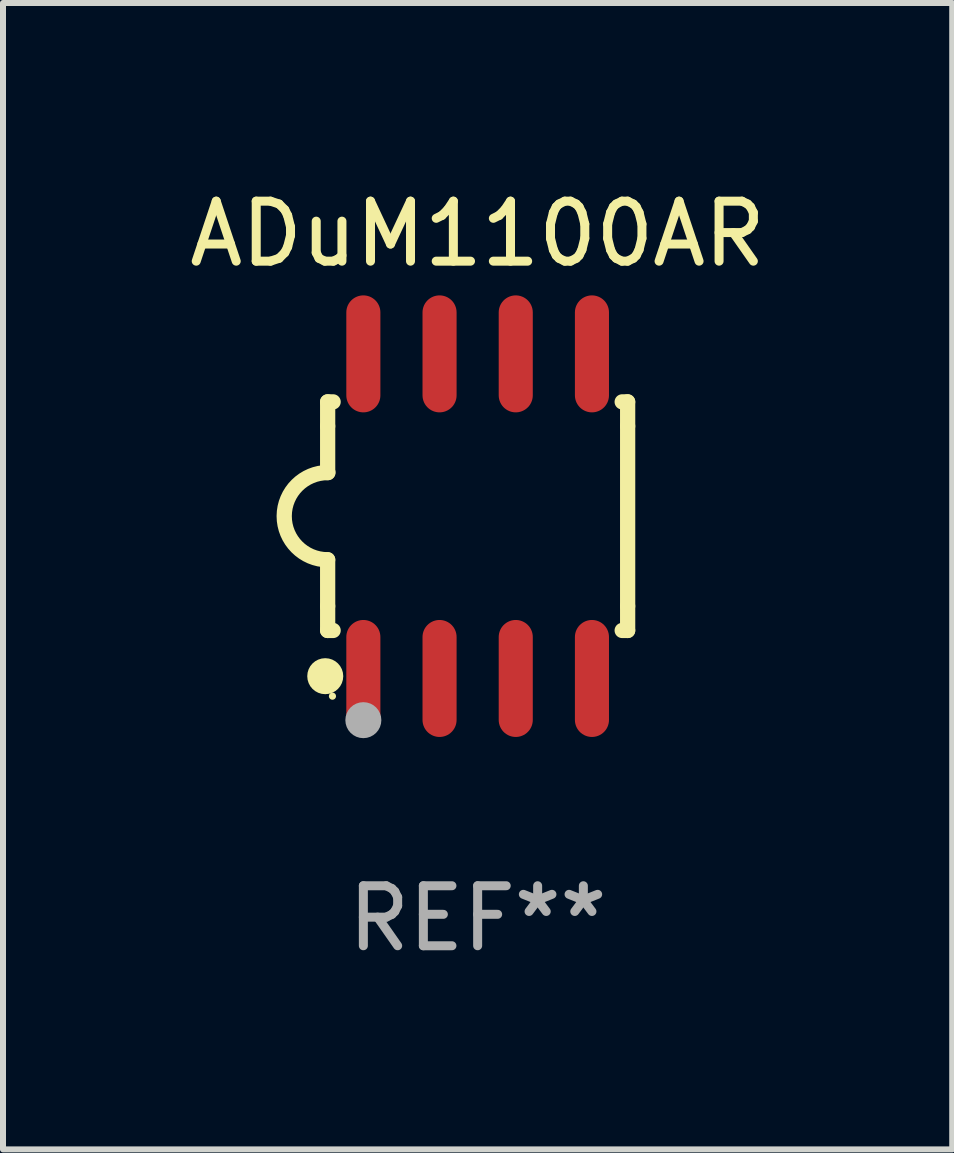
<source format=kicad_pcb>
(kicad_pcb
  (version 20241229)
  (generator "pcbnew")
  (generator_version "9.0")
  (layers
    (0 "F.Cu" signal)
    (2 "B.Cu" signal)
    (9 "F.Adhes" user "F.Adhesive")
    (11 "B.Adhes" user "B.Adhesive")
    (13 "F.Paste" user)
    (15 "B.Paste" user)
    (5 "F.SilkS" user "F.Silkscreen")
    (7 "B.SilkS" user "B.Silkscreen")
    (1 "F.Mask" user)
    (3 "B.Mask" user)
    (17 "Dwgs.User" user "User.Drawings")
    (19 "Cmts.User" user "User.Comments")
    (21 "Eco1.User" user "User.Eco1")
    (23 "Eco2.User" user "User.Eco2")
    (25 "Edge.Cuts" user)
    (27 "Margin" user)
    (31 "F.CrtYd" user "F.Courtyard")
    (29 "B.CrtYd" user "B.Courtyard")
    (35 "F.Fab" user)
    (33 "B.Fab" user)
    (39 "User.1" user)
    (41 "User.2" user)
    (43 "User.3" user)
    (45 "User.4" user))
  (footprint "ADuM1100AR"
    (layer "F.Cu")
    (at 4.911 5.553)
    (property "Reference" "ADuM1100AR" (at 0 -4.705 0) (layer "F.SilkS") (effects (font (size 1 1) (thickness 0.15))))
    (attr through_hole)
    (fp_line (start -2.5 -1.905) (end -2.409 -1.905) (stroke (width 0.254) (type solid)) (layer "F.SilkS"))
    (fp_line (start -2.5 -1.5) (end -2.5 -1.905) (stroke (width 0.254) (type solid)) (layer "F.SilkS"))
    (fp_line (start -2.5 -1.5) (end -2.5 -0.726) (stroke (width 0.254) (type solid)) (layer "F.SilkS"))
    (fp_line (start -2.5 1.5) (end -2.5 0.727) (stroke (width 0.254) (type solid)) (layer "F.SilkS"))
    (fp_line (start -2.5 1.5) (end -2.5 1.905) (stroke (width 0.254) (type solid)) (layer "F.SilkS"))
    (fp_line (start -2.5 1.905) (end -2.409 1.905) (stroke (width 0.254) (type solid)) (layer "F.SilkS"))
    (fp_line (start 2.5 -1.905) (end 2.409 -1.905) (stroke (width 0.254) (type solid)) (layer "F.SilkS"))
    (fp_line (start 2.5 -1.5) (end 2.5 -1.905) (stroke (width 0.254) (type solid)) (layer "F.SilkS"))
    (fp_line (start 2.5 -1.5) (end 2.5 1.5) (stroke (width 0.254) (type solid)) (layer "F.SilkS"))
    (fp_line (start 2.5 1.5) (end 2.5 1.905) (stroke (width 0.254) (type solid)) (layer "F.SilkS"))
    (fp_line (start 2.5 1.905) (end 2.409 1.905) (stroke (width 0.254) (type solid)) (layer "F.SilkS"))
    (fp_arc (start -2.5 0.726568) (mid -3.220316 -0.0023) (end -2.495097 -0.726289) (stroke (width 0.254001) (type solid)) (layer "F.SilkS"))
    (fp_circle (center -2.54 2.667) (end -2.39 2.667) (stroke (width 0.3) (type solid)) (fill no) (layer "F.SilkS"))
    (fp_circle (center -2.42 3) (end -2.39 3) (stroke (width 0.06) (type solid)) (fill no) (layer "F.SilkS"))
    (fp_circle (center -1.905 3.4) (end -1.755 3.4) (stroke (width 0.3) (type solid)) (fill no) (layer "F.Fab"))
    (fp_text user "REF**" (at 0 6.705 0) (layer "F.Fab") (effects (font (size 1 1) (thickness 0.15))))
    (pad "1" smd oval (at -1.905 2.705) (size 0.568 1.95) (layers "F.Cu" "F.Mask" "F.Paste"))
    (pad "2" smd oval (at -0.635 2.705) (size 0.568 1.95) (layers "F.Cu" "F.Mask" "F.Paste"))
    (pad "3" smd oval (at 0.635 2.705) (size 0.568 1.95) (layers "F.Cu" "F.Mask" "F.Paste"))
    (pad "4" smd oval (at 1.905 2.705) (size 0.568 1.95) (layers "F.Cu" "F.Mask" "F.Paste"))
    (pad "5" smd oval (at 1.905 -2.705) (size 0.568 1.95) (layers "F.Cu" "F.Mask" "F.Paste"))
    (pad "6" smd oval (at 0.635 -2.705) (size 0.568 1.95) (layers "F.Cu" "F.Mask" "F.Paste"))
    (pad "7" smd oval (at -0.635 -2.705) (size 0.568 1.95) (layers "F.Cu" "F.Mask" "F.Paste"))
    (pad "8" smd oval (at -1.905 -2.705) (size 0.568 1.95) (layers "F.Cu" "F.Mask" "F.Paste")))
  (gr_rect
    (start -3 -3)
    (end 12.821 16.107)
    (stroke (width 0.1) (type default))
    (fill no)
    (layer "Edge.Cuts")))
</source>
